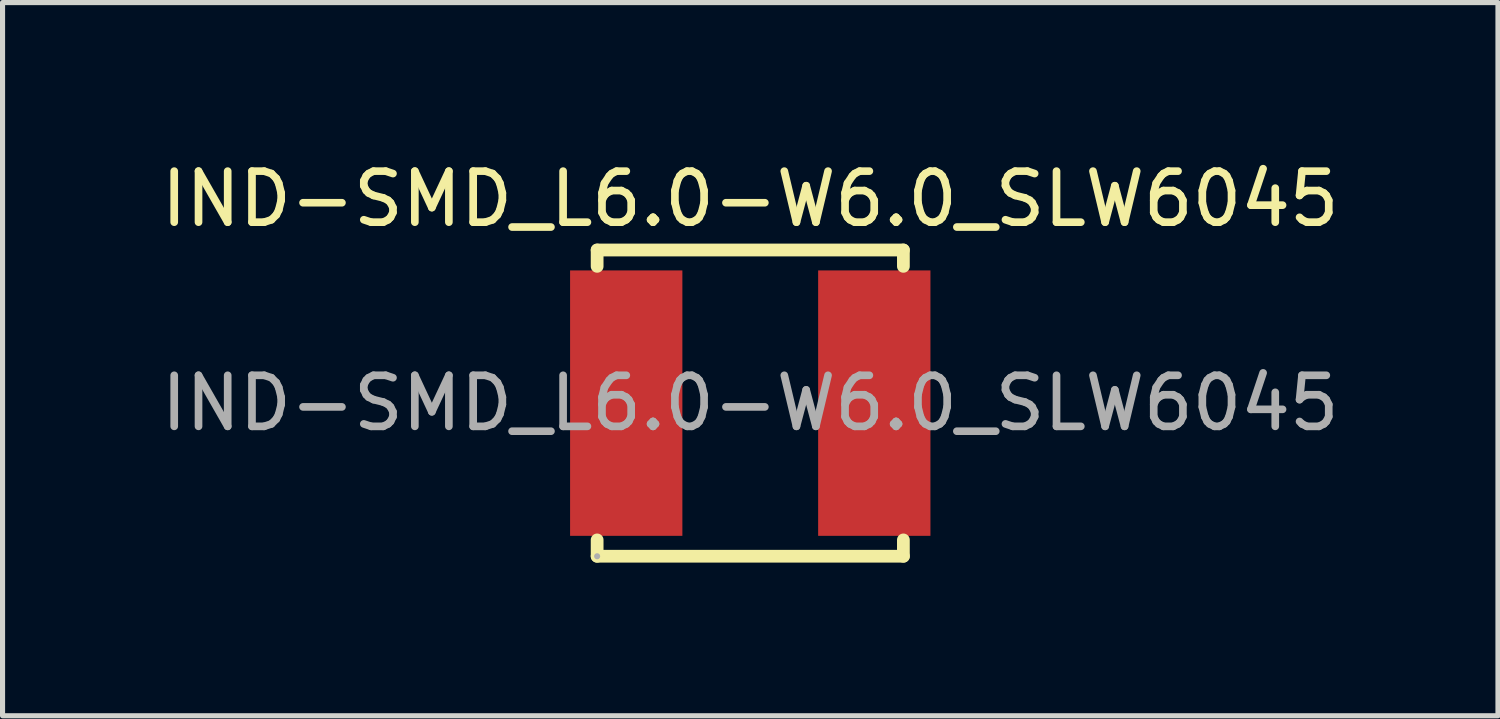
<source format=kicad_pcb>
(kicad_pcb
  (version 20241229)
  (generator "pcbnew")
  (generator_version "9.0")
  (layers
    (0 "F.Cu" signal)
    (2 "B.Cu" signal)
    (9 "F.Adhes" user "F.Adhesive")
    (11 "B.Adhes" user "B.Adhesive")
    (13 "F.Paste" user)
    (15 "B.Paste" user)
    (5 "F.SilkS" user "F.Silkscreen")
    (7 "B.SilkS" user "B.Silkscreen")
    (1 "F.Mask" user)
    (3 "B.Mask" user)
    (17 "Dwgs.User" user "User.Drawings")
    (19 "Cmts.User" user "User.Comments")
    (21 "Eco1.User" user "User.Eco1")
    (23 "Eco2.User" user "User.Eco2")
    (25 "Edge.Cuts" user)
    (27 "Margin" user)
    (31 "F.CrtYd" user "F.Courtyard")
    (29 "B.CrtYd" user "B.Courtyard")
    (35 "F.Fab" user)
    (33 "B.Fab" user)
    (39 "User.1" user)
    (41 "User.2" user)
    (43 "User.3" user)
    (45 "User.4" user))
  (footprint "IND-SMD_L6.0-W6.0_SLW6045"
    (layer "F.Cu")
    (at 11.649 4.848)
    (property "Reference" "IND-SMD_L6.0-W6.0_SLW6045" (at 0 -4 0) (layer "F.SilkS") (effects (font (size 1 1) (thickness 0.15))))
    (attr through_hole)
    (fp_line (start -3 -3) (end -3 -2.68) (stroke (width 0.25) (type solid)) (layer "F.SilkS"))
    (fp_line (start -3 -3) (end 3 -3) (stroke (width 0.25) (type solid)) (layer "F.SilkS"))
    (fp_line (start -3 2.68) (end -3 3) (stroke (width 0.25) (type solid)) (layer "F.SilkS"))
    (fp_line (start -3 3) (end 3 3) (stroke (width 0.25) (type solid)) (layer "F.SilkS"))
    (fp_line (start 3 -2.68) (end 3 -3) (stroke (width 0.25) (type solid)) (layer "F.SilkS"))
    (fp_line (start 3 3) (end 3 2.68) (stroke (width 0.25) (type solid)) (layer "F.SilkS"))
    (fp_circle (center -3 3) (end -2.97 3) (stroke (width 0.06) (type solid)) (fill no) (layer "F.Fab"))
    (fp_text user "${REFERENCE}" (at 0 0 0) (layer "F.Fab") (effects (font (size 1 1) (thickness 0.15))))
    (pad "1" smd rect (at -2.43 0) (size 2.2 5.2) (layers "F.Cu" "F.Mask" "F.Paste"))
    (pad "2" smd rect (at 2.43 0) (size 2.2 5.2) (layers "F.Cu" "F.Mask" "F.Paste")))
  (gr_rect
    (start -3 -3)
    (end 26.298 10.973)
    (stroke (width 0.1) (type default))
    (fill no)
    (layer "Edge.Cuts")))
</source>
